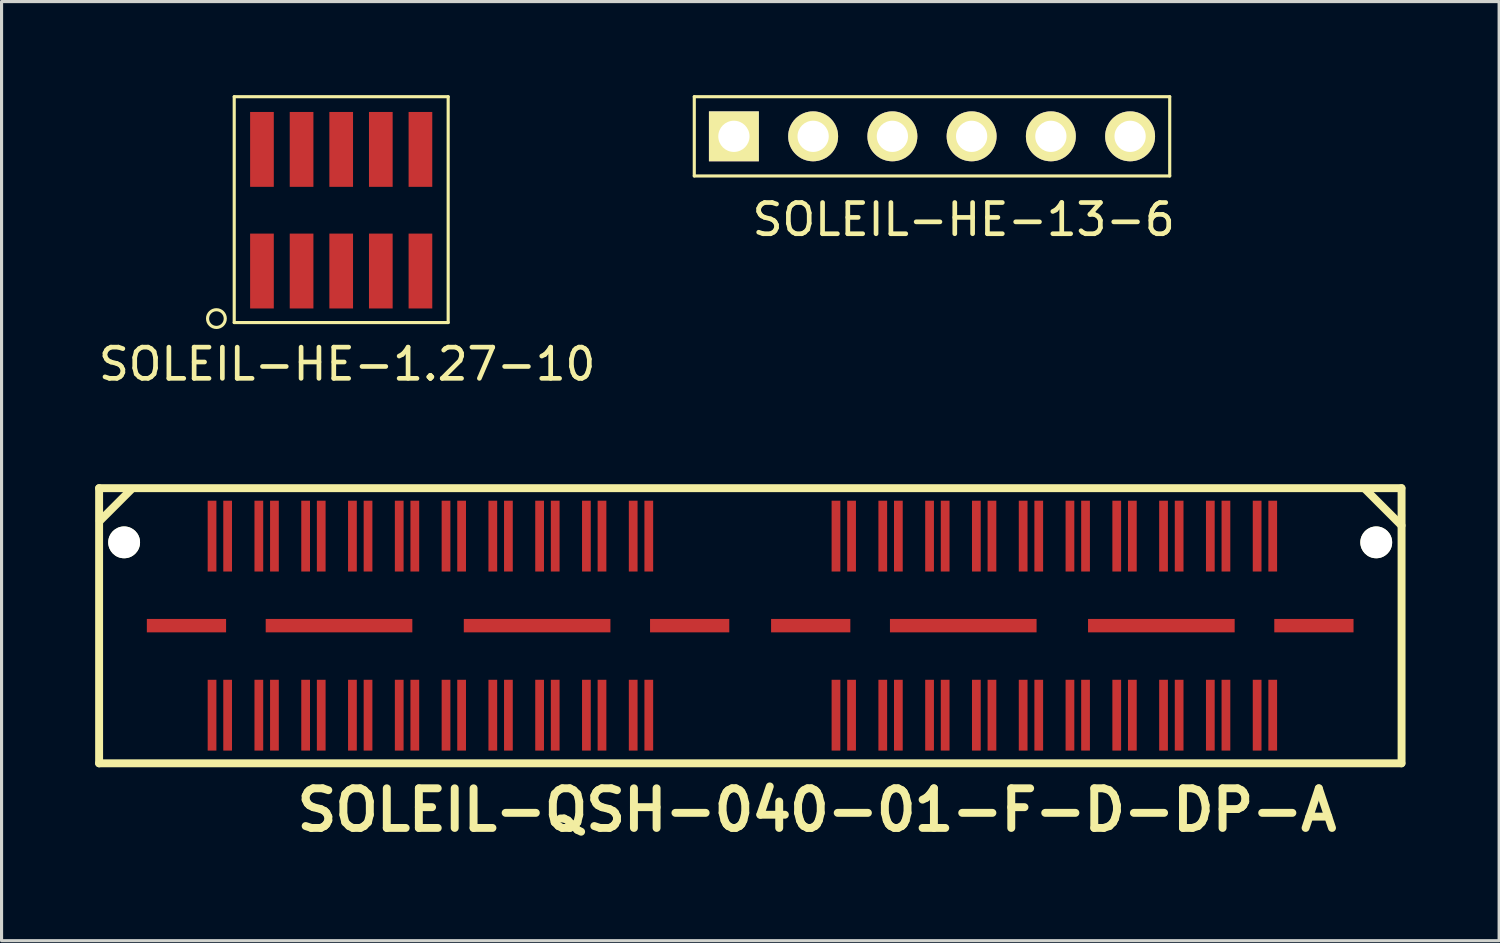
<source format=kicad_pcb>
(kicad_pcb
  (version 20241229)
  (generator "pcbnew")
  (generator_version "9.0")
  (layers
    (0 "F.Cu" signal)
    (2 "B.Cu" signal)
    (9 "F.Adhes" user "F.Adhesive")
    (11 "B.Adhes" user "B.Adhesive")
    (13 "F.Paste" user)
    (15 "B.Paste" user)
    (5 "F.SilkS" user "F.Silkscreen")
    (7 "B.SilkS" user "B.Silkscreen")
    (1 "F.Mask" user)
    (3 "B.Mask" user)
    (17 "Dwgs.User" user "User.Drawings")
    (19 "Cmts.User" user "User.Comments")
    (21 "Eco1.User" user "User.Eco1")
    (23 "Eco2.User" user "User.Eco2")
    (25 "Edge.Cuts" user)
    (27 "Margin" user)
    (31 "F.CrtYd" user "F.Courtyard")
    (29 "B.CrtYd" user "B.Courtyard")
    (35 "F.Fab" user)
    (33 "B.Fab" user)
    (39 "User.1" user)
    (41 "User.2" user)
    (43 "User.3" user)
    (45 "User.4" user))
  (footprint "SOLEIL-HE-13-6"
    (layer "F.Cu")
    (at 20.475 1.32)
    (property "Reference" "SOLEIL-HE-13-6" (at 7.366 2.667 0) (layer "F.SilkS") (effects (font (size 1 1) (thickness 0.15))))
    (attr through_hole)
    (fp_line (start -1.27 -1.27) (end 13.97 -1.27) (stroke (width 0.1) (type solid)) (layer "F.SilkS"))
    (fp_line (start -1.27 1.27) (end -1.27 -1.27) (stroke (width 0.1) (type solid)) (layer "F.SilkS"))
    (fp_line (start 13.97 -1.27) (end 13.97 1.27) (stroke (width 0.1) (type solid)) (layer "F.SilkS"))
    (fp_line (start 13.97 1.27) (end -1.27 1.27) (stroke (width 0.1) (type solid)) (layer "F.SilkS"))
    (pad "1" thru_hole rect (at 0 0) (size 1.6 1.6) (drill 1.001) (layers "*.Cu" "*.Mask" "F.SilkS"))
    (pad "2" thru_hole circle (at 2.54 0) (size 1.6 1.6) (drill 1.001) (layers "*.Cu" "*.Mask" "F.SilkS"))
    (pad "3" thru_hole circle (at 5.08 0) (size 1.6 1.6) (drill 1.001) (layers "*.Cu" "*.Mask" "F.SilkS"))
    (pad "4" thru_hole circle (at 7.62 0) (size 1.6 1.6) (drill 1.001) (layers "*.Cu" "*.Mask" "F.SilkS"))
    (pad "5" thru_hole circle (at 10.16 0) (size 1.6 1.6) (drill 1.001) (layers "*.Cu" "*.Mask" "F.SilkS"))
    (pad "6" thru_hole circle (at 12.7 0) (size 1.6 1.6) (drill 1.001) (layers "*.Cu" "*.Mask" "F.SilkS")))
  (footprint "SOLEIL-QSH-040-01-F-D-DP-A"
    (layer "F.Cu")
    (at 3.747 19.875)
    (property "Reference" "SOLEIL-QSH-040-01-F-D-DP-A" (at 19.39 3.04 0) (layer "F.SilkS") (effects (font (size 1.27 1.27) (thickness 0.254))))
    (attr through_hole)
    (fp_line (start -3.62 -7.277) (end 38.125 -7.277) (stroke (width 0.254) (type solid)) (layer "F.SilkS"))
    (fp_line (start -3.62 1.543) (end -3.62 -7.277) (stroke (width 0.254) (type solid)) (layer "F.SilkS"))
    (fp_line (start -3.62 1.543) (end 38.125 1.543) (stroke (width 0.254) (type solid)) (layer "F.SilkS"))
    (fp_line (start -3.6 -6.225) (end -2.6 -7.225) (stroke (width 0.254) (type solid)) (layer "F.SilkS"))
    (fp_line (start 36.96 -7.249) (end 38.128 -6.08) (stroke (width 0.254) (type solid)) (layer "F.SilkS"))
    (fp_line (start 38.13 1.543) (end 38.13 -7.277) (stroke (width 0.254) (type solid)) (layer "F.SilkS"))
    (pad "" np_thru_hole circle (at -2.818 -5.54) (size 1.02 1.02) (drill 1.02) (layers "*.Cu" "*.Mask" "F.SilkS"))
    (pad "" np_thru_hole circle (at 37.318 -5.54) (size 1.02 1.02) (drill 1.02) (layers "*.Cu" "*.Mask" "F.SilkS"))
    (pad "1" smd rect (at 0 0) (size 0.28 2.27) (layers "F.Cu" "F.Mask" "F.Paste"))
    (pad "2" smd rect (at 0 -5.74) (size 0.28 2.27) (layers "F.Cu" "F.Mask" "F.Paste"))
    (pad "3" smd rect (at 0.5 0) (size 0.28 2.27) (layers "F.Cu" "F.Mask" "F.Paste"))
    (pad "4" smd rect (at 0.5 -5.74) (size 0.28 2.27) (layers "F.Cu" "F.Mask" "F.Paste"))
    (pad "5" smd rect (at 1.5 0) (size 0.28 2.27) (layers "F.Cu" "F.Mask" "F.Paste"))
    (pad "6" smd rect (at 1.5 -5.74) (size 0.28 2.27) (layers "F.Cu" "F.Mask" "F.Paste"))
    (pad "7" smd rect (at 2 0) (size 0.28 2.27) (layers "F.Cu" "F.Mask" "F.Paste"))
    (pad "8" smd rect (at 2 -5.74) (size 0.28 2.27) (layers "F.Cu" "F.Mask" "F.Paste"))
    (pad "9" smd rect (at 3 0) (size 0.28 2.27) (layers "F.Cu" "F.Mask" "F.Paste"))
    (pad "10" smd rect (at 3 -5.74) (size 0.28 2.27) (layers "F.Cu" "F.Mask" "F.Paste"))
    (pad "11" smd rect (at 3.5 0) (size 0.28 2.27) (layers "F.Cu" "F.Mask" "F.Paste"))
    (pad "12" smd rect (at 3.5 -5.74) (size 0.28 2.27) (layers "F.Cu" "F.Mask" "F.Paste"))
    (pad "13" smd rect (at 4.5 0) (size 0.28 2.27) (layers "F.Cu" "F.Mask" "F.Paste"))
    (pad "14" smd rect (at 4.5 -5.74) (size 0.28 2.27) (layers "F.Cu" "F.Mask" "F.Paste"))
    (pad "15" smd rect (at 5 0) (size 0.28 2.27) (layers "F.Cu" "F.Mask" "F.Paste"))
    (pad "16" smd rect (at 5 -5.74) (size 0.28 2.27) (layers "F.Cu" "F.Mask" "F.Paste"))
    (pad "17" smd rect (at 6 0) (size 0.28 2.27) (layers "F.Cu" "F.Mask" "F.Paste"))
    (pad "18" smd rect (at 6 -5.74) (size 0.28 2.27) (layers "F.Cu" "F.Mask" "F.Paste"))
    (pad "19" smd rect (at 6.5 0) (size 0.28 2.27) (layers "F.Cu" "F.Mask" "F.Paste"))
    (pad "20" smd rect (at 6.5 -5.74) (size 0.28 2.27) (layers "F.Cu" "F.Mask" "F.Paste"))
    (pad "21" smd rect (at 7.5 0) (size 0.28 2.27) (layers "F.Cu" "F.Mask" "F.Paste"))
    (pad "22" smd rect (at 7.5 -5.74) (size 0.28 2.27) (layers "F.Cu" "F.Mask" "F.Paste"))
    (pad "23" smd rect (at 8 0) (size 0.28 2.27) (layers "F.Cu" "F.Mask" "F.Paste"))
    (pad "24" smd rect (at 8 -5.74) (size 0.28 2.27) (layers "F.Cu" "F.Mask" "F.Paste"))
    (pad "25" smd rect (at 9 0) (size 0.28 2.27) (layers "F.Cu" "F.Mask" "F.Paste"))
    (pad "26" smd rect (at 9 -5.74) (size 0.28 2.27) (layers "F.Cu" "F.Mask" "F.Paste"))
    (pad "27" smd rect (at 9.5 0) (size 0.28 2.27) (layers "F.Cu" "F.Mask" "F.Paste"))
    (pad "28" smd rect (at 9.5 -5.74) (size 0.28 2.27) (layers "F.Cu" "F.Mask" "F.Paste"))
    (pad "29" smd rect (at 10.5 0) (size 0.28 2.27) (layers "F.Cu" "F.Mask" "F.Paste"))
    (pad "30" smd rect (at 10.5 -5.74) (size 0.28 2.27) (layers "F.Cu" "F.Mask" "F.Paste"))
    (pad "31" smd rect (at 11 0) (size 0.28 2.27) (layers "F.Cu" "F.Mask" "F.Paste"))
    (pad "32" smd rect (at 11 -5.74) (size 0.28 2.27) (layers "F.Cu" "F.Mask" "F.Paste"))
    (pad "33" smd rect (at 12 0) (size 0.28 2.27) (layers "F.Cu" "F.Mask" "F.Paste"))
    (pad "34" smd rect (at 12 -5.74) (size 0.28 2.27) (layers "F.Cu" "F.Mask" "F.Paste"))
    (pad "35" smd rect (at 12.5 0) (size 0.28 2.27) (layers "F.Cu" "F.Mask" "F.Paste"))
    (pad "36" smd rect (at 12.5 -5.74) (size 0.28 2.27) (layers "F.Cu" "F.Mask" "F.Paste"))
    (pad "37" smd rect (at 13.5 0) (size 0.28 2.27) (layers "F.Cu" "F.Mask" "F.Paste"))
    (pad "38" smd rect (at 13.5 -5.74) (size 0.28 2.27) (layers "F.Cu" "F.Mask" "F.Paste"))
    (pad "39" smd rect (at 14 0) (size 0.28 2.27) (layers "F.Cu" "F.Mask" "F.Paste"))
    (pad "40" smd rect (at 14 -5.74) (size 0.28 2.27) (layers "F.Cu" "F.Mask" "F.Paste"))
    (pad "41" smd rect (at 20 0) (size 0.28 2.27) (layers "F.Cu" "F.Mask" "F.Paste"))
    (pad "42" smd rect (at 20 -5.74) (size 0.28 2.27) (layers "F.Cu" "F.Mask" "F.Paste"))
    (pad "43" smd rect (at 20.5 0) (size 0.28 2.27) (layers "F.Cu" "F.Mask" "F.Paste"))
    (pad "44" smd rect (at 20.5 -5.74) (size 0.28 2.27) (layers "F.Cu" "F.Mask" "F.Paste"))
    (pad "45" smd rect (at 21.5 0) (size 0.28 2.27) (layers "F.Cu" "F.Mask" "F.Paste"))
    (pad "46" smd rect (at 21.5 -5.74) (size 0.28 2.27) (layers "F.Cu" "F.Mask" "F.Paste"))
    (pad "47" smd rect (at 22 0) (size 0.28 2.27) (layers "F.Cu" "F.Mask" "F.Paste"))
    (pad "48" smd rect (at 22 -5.74) (size 0.28 2.27) (layers "F.Cu" "F.Mask" "F.Paste"))
    (pad "49" smd rect (at 23 0) (size 0.28 2.27) (layers "F.Cu" "F.Mask" "F.Paste"))
    (pad "50" smd rect (at 23 -5.74) (size 0.28 2.27) (layers "F.Cu" "F.Mask" "F.Paste"))
    (pad "51" smd rect (at 23.5 0) (size 0.28 2.27) (layers "F.Cu" "F.Mask" "F.Paste"))
    (pad "52" smd rect (at 23.5 -5.74) (size 0.28 2.27) (layers "F.Cu" "F.Mask" "F.Paste"))
    (pad "53" smd rect (at 24.5 0) (size 0.28 2.27) (layers "F.Cu" "F.Mask" "F.Paste"))
    (pad "54" smd rect (at 24.5 -5.74) (size 0.28 2.27) (layers "F.Cu" "F.Mask" "F.Paste"))
    (pad "55" smd rect (at 25 0) (size 0.28 2.27) (layers "F.Cu" "F.Mask" "F.Paste"))
    (pad "56" smd rect (at 25 -5.74) (size 0.28 2.27) (layers "F.Cu" "F.Mask" "F.Paste"))
    (pad "57" smd rect (at 26 0) (size 0.28 2.27) (layers "F.Cu" "F.Mask" "F.Paste"))
    (pad "58" smd rect (at 26 -5.74) (size 0.28 2.27) (layers "F.Cu" "F.Mask" "F.Paste"))
    (pad "59" smd rect (at 26.5 0) (size 0.28 2.27) (layers "F.Cu" "F.Mask" "F.Paste"))
    (pad "60" smd rect (at 26.5 -5.74) (size 0.28 2.27) (layers "F.Cu" "F.Mask" "F.Paste"))
    (pad "61" smd rect (at 27.5 0) (size 0.28 2.27) (layers "F.Cu" "F.Mask" "F.Paste"))
    (pad "62" smd rect (at 27.5 -5.74) (size 0.28 2.27) (layers "F.Cu" "F.Mask" "F.Paste"))
    (pad "63" smd rect (at 28 0) (size 0.28 2.27) (layers "F.Cu" "F.Mask" "F.Paste"))
    (pad "64" smd rect (at 28 -5.74) (size 0.28 2.27) (layers "F.Cu" "F.Mask" "F.Paste"))
    (pad "65" smd rect (at 29 0) (size 0.28 2.27) (layers "F.Cu" "F.Mask" "F.Paste"))
    (pad "66" smd rect (at 29 -5.74) (size 0.28 2.27) (layers "F.Cu" "F.Mask" "F.Paste"))
    (pad "67" smd rect (at 29.5 0) (size 0.28 2.27) (layers "F.Cu" "F.Mask" "F.Paste"))
    (pad "68" smd rect (at 29.5 -5.74) (size 0.28 2.27) (layers "F.Cu" "F.Mask" "F.Paste"))
    (pad "69" smd rect (at 30.5 0) (size 0.28 2.27) (layers "F.Cu" "F.Mask" "F.Paste"))
    (pad "70" smd rect (at 30.5 -5.74) (size 0.28 2.27) (layers "F.Cu" "F.Mask" "F.Paste"))
    (pad "71" smd rect (at 31 0) (size 0.28 2.27) (layers "F.Cu" "F.Mask" "F.Paste"))
    (pad "72" smd rect (at 31 -5.74) (size 0.28 2.27) (layers "F.Cu" "F.Mask" "F.Paste"))
    (pad "73" smd rect (at 32 0) (size 0.28 2.27) (layers "F.Cu" "F.Mask" "F.Paste"))
    (pad "74" smd rect (at 32 -5.74) (size 0.28 2.27) (layers "F.Cu" "F.Mask" "F.Paste"))
    (pad "75" smd rect (at 32.5 0) (size 0.28 2.27) (layers "F.Cu" "F.Mask" "F.Paste"))
    (pad "76" smd rect (at 32.5 -5.74) (size 0.28 2.27) (layers "F.Cu" "F.Mask" "F.Paste"))
    (pad "77" smd rect (at 33.5 0) (size 0.28 2.27) (layers "F.Cu" "F.Mask" "F.Paste"))
    (pad "78" smd rect (at 33.5 -5.74) (size 0.28 2.27) (layers "F.Cu" "F.Mask" "F.Paste"))
    (pad "79" smd rect (at 34 0) (size 0.28 2.27) (layers "F.Cu" "F.Mask" "F.Paste"))
    (pad "80" smd rect (at 34 -5.74) (size 0.28 2.27) (layers "F.Cu" "F.Mask" "F.Paste"))
    (pad "81" smd rect (at -0.82 -2.87) (size 2.54 0.43) (layers "F.Cu" "F.Mask" "F.Paste"))
    (pad "82" smd rect (at 4.07 -2.87) (size 4.7 0.43) (layers "F.Cu" "F.Mask" "F.Paste"))
    (pad "83" smd rect (at 10.42 -2.87) (size 4.7 0.43) (layers "F.Cu" "F.Mask" "F.Paste"))
    (pad "84" smd rect (at 15.31 -2.87) (size 2.54 0.43) (layers "F.Cu" "F.Mask" "F.Paste"))
    (pad "85" smd rect (at 19.19 -2.87) (size 2.54 0.43) (layers "F.Cu" "F.Mask" "F.Paste"))
    (pad "86" smd rect (at 24.08 -2.87) (size 4.7 0.43) (layers "F.Cu" "F.Mask" "F.Paste"))
    (pad "87" smd rect (at 30.43 -2.87) (size 4.7 0.43) (layers "F.Cu" "F.Mask" "F.Paste"))
    (pad "88" smd rect (at 35.32 -2.87) (size 2.54 0.43) (layers "F.Cu" "F.Mask" "F.Paste")))
  (footprint "SOLEIL-HE-1.27-10"
    (layer "F.Cu")
    (at 5.347 5.638)
    (property "Reference" "SOLEIL-HE-1.27-10" (at 2.731 2.985 0) (layer "F.SilkS") (effects (font (size 1 1) (thickness 0.15))))
    (attr through_hole)
    (fp_line (start -0.889 -5.588) (end 5.969 -5.588) (stroke (width 0.1) (type solid)) (layer "F.SilkS"))
    (fp_line (start -0.889 1.651) (end -0.889 -5.588) (stroke (width 0.1) (type solid)) (layer "F.SilkS"))
    (fp_line (start 5.969 -5.588) (end 5.969 1.651) (stroke (width 0.1) (type solid)) (layer "F.SilkS"))
    (fp_line (start 5.969 1.651) (end -0.889 1.651) (stroke (width 0.1) (type solid)) (layer "F.SilkS"))
    (fp_circle (center -1.46 1.524) (end -1.206 1.651) (stroke (width 0.1) (type solid)) (fill no) (layer "F.SilkS"))
    (pad "1" smd rect (at 0 0) (size 0.759 2.4) (layers "F.Cu" "F.Mask" "F.Paste"))
    (pad "2" smd rect (at 0 -3.899) (size 0.759 2.4) (layers "F.Cu" "F.Mask" "F.Paste"))
    (pad "3" smd rect (at 1.27 0) (size 0.759 2.4) (layers "F.Cu" "F.Mask" "F.Paste"))
    (pad "4" smd rect (at 1.27 -3.899) (size 0.759 2.4) (layers "F.Cu" "F.Mask" "F.Paste"))
    (pad "5" smd rect (at 2.54 0) (size 0.759 2.4) (layers "F.Cu" "F.Mask" "F.Paste"))
    (pad "6" smd rect (at 2.54 -3.899) (size 0.759 2.4) (layers "F.Cu" "F.Mask" "F.Paste"))
    (pad "7" smd rect (at 3.81 0) (size 0.759 2.4) (layers "F.Cu" "F.Mask" "F.Paste"))
    (pad "8" smd rect (at 3.81 -3.899) (size 0.759 2.4) (layers "F.Cu" "F.Mask" "F.Paste"))
    (pad "9" smd rect (at 5.08 0) (size 0.759 2.4) (layers "F.Cu" "F.Mask" "F.Paste"))
    (pad "10" smd rect (at 5.08 -3.899) (size 0.759 2.4) (layers "F.Cu" "F.Mask" "F.Paste")))
  (gr_rect
    (start -3 -3)
    (end 45.004 27.104)
    (stroke (width 0.1) (type default))
    (fill no)
    (layer "Edge.Cuts")))
</source>
